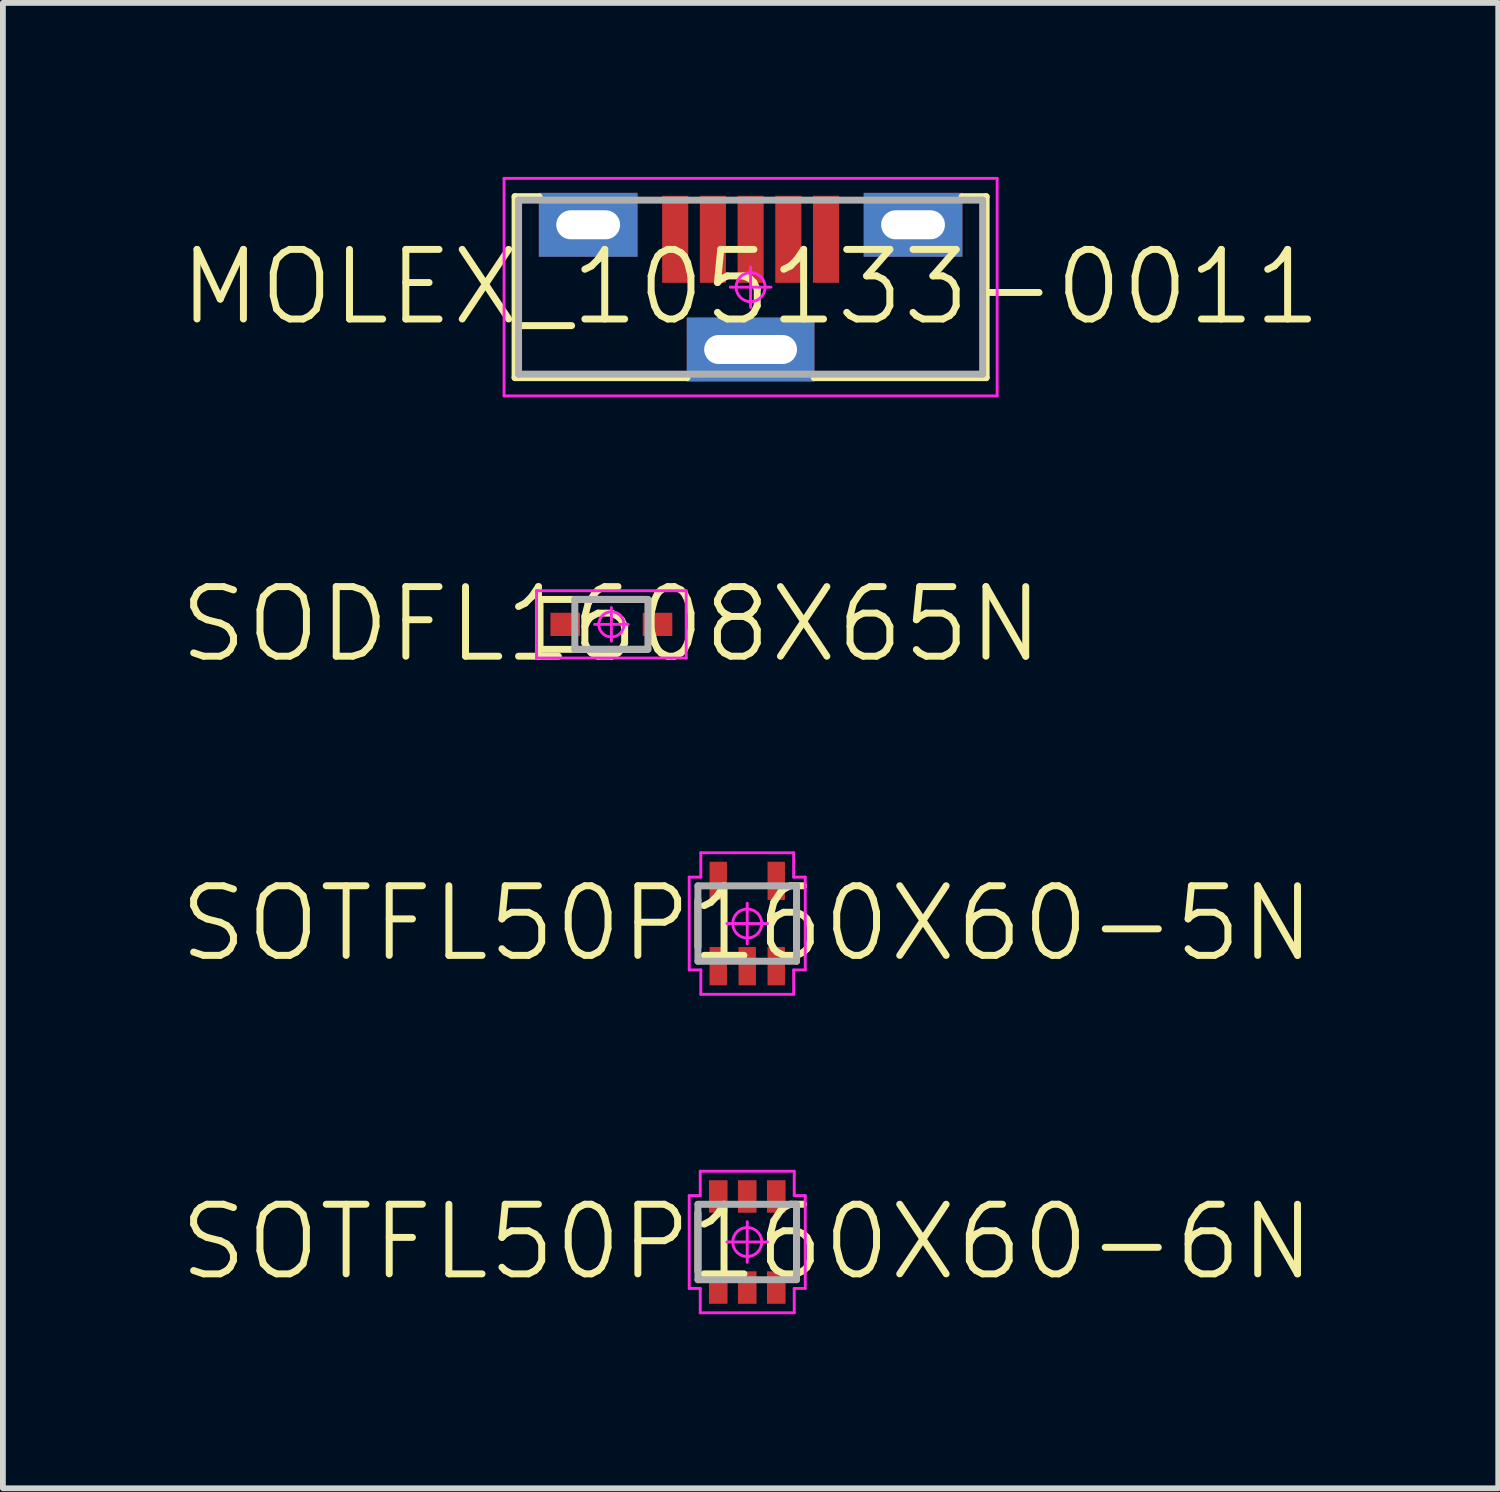
<source format=kicad_pcb>
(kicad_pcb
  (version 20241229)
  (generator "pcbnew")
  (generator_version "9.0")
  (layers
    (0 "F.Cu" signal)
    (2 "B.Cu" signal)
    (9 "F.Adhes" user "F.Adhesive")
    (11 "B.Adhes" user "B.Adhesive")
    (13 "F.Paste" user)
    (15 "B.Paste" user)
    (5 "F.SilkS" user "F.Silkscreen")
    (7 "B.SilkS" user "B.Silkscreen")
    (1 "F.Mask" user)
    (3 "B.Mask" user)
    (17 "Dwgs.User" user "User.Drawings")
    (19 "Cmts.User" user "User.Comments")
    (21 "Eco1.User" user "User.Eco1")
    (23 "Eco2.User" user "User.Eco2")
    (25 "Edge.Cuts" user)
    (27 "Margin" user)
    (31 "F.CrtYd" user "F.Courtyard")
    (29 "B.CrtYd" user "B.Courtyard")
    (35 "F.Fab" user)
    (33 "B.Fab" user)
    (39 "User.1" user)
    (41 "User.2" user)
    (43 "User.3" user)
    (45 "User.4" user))
  (footprint "SOTFL50P160X60-5N"
    (layer "F.Cu")
    (at 9.831 12.87)
    (property "Reference" "SOTFL50P160X60-5N" (at 0 0 0) (layer "F.SilkS") (effects (font (size 1.2 1.2) (thickness 0.12))))
    (attr smd)
    (fp_line (start -0.85 0.405) (end -0.85 -0.405) (stroke (width 0.12) (type solid)) (layer "F.SilkS"))
    (fp_line (start 0.85 0.405) (end 0.85 -0.405) (stroke (width 0.12) (type solid)) (layer "F.SilkS"))
    (fp_line (start -1 -0.8) (end -1 0.8) (stroke (width 0.05) (type solid)) (layer "F.CrtYd"))
    (fp_line (start -1 0.8) (end -0.8 0.8) (stroke (width 0.05) (type solid)) (layer "F.CrtYd"))
    (fp_line (start -0.8 -1.22) (end -0.8 -0.8) (stroke (width 0.05) (type solid)) (layer "F.CrtYd"))
    (fp_line (start -0.8 -0.8) (end -1 -0.8) (stroke (width 0.05) (type solid)) (layer "F.CrtYd"))
    (fp_line (start -0.8 0.8) (end -0.8 1.22) (stroke (width 0.05) (type solid)) (layer "F.CrtYd"))
    (fp_line (start -0.8 1.22) (end 0.8 1.22) (stroke (width 0.05) (type solid)) (layer "F.CrtYd"))
    (fp_line (start -0.35 0) (end 0.35 0) (stroke (width 0.05) (type solid)) (layer "F.CrtYd"))
    (fp_line (start 0 -0.35) (end 0 0.35) (stroke (width 0.05) (type solid)) (layer "F.CrtYd"))
    (fp_line (start 0.8 -1.22) (end -0.8 -1.22) (stroke (width 0.05) (type solid)) (layer "F.CrtYd"))
    (fp_line (start 0.8 -0.8) (end 0.8 -1.22) (stroke (width 0.05) (type solid)) (layer "F.CrtYd"))
    (fp_line (start 0.8 0.8) (end 1 0.8) (stroke (width 0.05) (type solid)) (layer "F.CrtYd"))
    (fp_line (start 0.8 1.22) (end 0.8 0.8) (stroke (width 0.05) (type solid)) (layer "F.CrtYd"))
    (fp_line (start 1 -0.8) (end 0.8 -0.8) (stroke (width 0.05) (type solid)) (layer "F.CrtYd"))
    (fp_line (start 1 0.8) (end 1 -0.8) (stroke (width 0.05) (type solid)) (layer "F.CrtYd"))
    (fp_circle (center 0 0) (end 0 0.25) (stroke (width 0.05) (type solid)) (fill no) (layer "F.CrtYd"))
    (fp_line (start -0.85 -0.65) (end 0.85 -0.65) (stroke (width 0.12) (type solid)) (layer "F.Fab"))
    (fp_line (start -0.85 0.65) (end -0.85 -0.65) (stroke (width 0.12) (type solid)) (layer "F.Fab"))
    (fp_line (start 0.85 -0.65) (end 0.85 0.65) (stroke (width 0.12) (type solid)) (layer "F.Fab"))
    (fp_line (start 0.85 0.65) (end -0.85 0.65) (stroke (width 0.12) (type solid)) (layer "F.Fab"))
    (pad "1" smd rect (at -0.5 0.735 90) (size 0.66 0.3) (layers "F.Cu" "F.Mask" "F.Paste"))
    (pad "2" smd rect (at 0 0.735 90) (size 0.66 0.3) (layers "F.Cu" "F.Mask" "F.Paste"))
    (pad "3" smd rect (at 0.5 0.735 90) (size 0.66 0.3) (layers "F.Cu" "F.Mask" "F.Paste"))
    (pad "4" smd rect (at 0.5 -0.735 90) (size 0.66 0.3) (layers "F.Cu" "F.Mask" "F.Paste"))
    (pad "5" smd rect (at -0.5 -0.735 90) (size 0.66 0.3) (layers "F.Cu" "F.Mask" "F.Paste")))
  (footprint "SODFL1608X65N"
    (layer "F.Cu")
    (at 7.489 7.713)
    (property "Reference" "SODFL1608X65N" (at 0 0 0) (layer "F.SilkS") (effects (font (size 1.2 1.2) (thickness 0.12))))
    (attr smd)
    (fp_line (start -1.23 -0.43) (end -1.23 0.43) (stroke (width 0.12) (type solid)) (layer "F.SilkS"))
    (fp_line (start -1.23 0.43) (end 0.6 0.43) (stroke (width 0.12) (type solid)) (layer "F.SilkS"))
    (fp_line (start 0.6 -0.43) (end -1.23 -0.43) (stroke (width 0.12) (type solid)) (layer "F.SilkS"))
    (fp_line (start -1.29 -0.58) (end 1.29 -0.58) (stroke (width 0.05) (type solid)) (layer "F.CrtYd"))
    (fp_line (start -1.29 0.58) (end -1.29 -0.58) (stroke (width 0.05) (type solid)) (layer "F.CrtYd"))
    (fp_line (start 0 -0.29) (end 0 0.29) (stroke (width 0.05) (type solid)) (layer "F.CrtYd"))
    (fp_line (start 0.29 0) (end -0.29 0) (stroke (width 0.05) (type solid)) (layer "F.CrtYd"))
    (fp_line (start 1.29 -0.58) (end 1.29 0.58) (stroke (width 0.05) (type solid)) (layer "F.CrtYd"))
    (fp_line (start 1.29 0.58) (end -1.29 0.58) (stroke (width 0.05) (type solid)) (layer "F.CrtYd"))
    (fp_circle (center 0 0) (end 0 0.217) (stroke (width 0.05) (type solid)) (fill no) (layer "F.CrtYd"))
    (fp_line (start -0.63 -0.43) (end 0.63 -0.43) (stroke (width 0.12) (type solid)) (layer "F.Fab"))
    (fp_line (start -0.63 0.43) (end -0.63 -0.43) (stroke (width 0.12) (type solid)) (layer "F.Fab"))
    (fp_line (start 0.63 -0.43) (end 0.63 0.43) (stroke (width 0.12) (type solid)) (layer "F.Fab"))
    (fp_line (start 0.63 0.43) (end -0.63 0.43) (stroke (width 0.12) (type solid)) (layer "F.Fab"))
    (pad "A" smd rect (at 0.795 0) (size 0.51 0.4) (layers "F.Cu" "F.Mask" "F.Paste"))
    (pad "C" smd rect (at -0.795 0) (size 0.51 0.4) (layers "F.Cu" "F.Mask" "F.Paste")))
  (footprint "SOTFL50P160X60-6N"
    (layer "F.Cu")
    (at 9.831 18.36)
    (property "Reference" "SOTFL50P160X60-6N" (at 0 0 0) (layer "F.SilkS") (effects (font (size 1.2 1.2) (thickness 0.12))))
    (attr smd)
    (fp_line (start -0.85 0.505) (end -0.85 -0.505) (stroke (width 0.12) (type solid)) (layer "F.SilkS"))
    (fp_line (start 0.85 0.505) (end 0.85 -0.505) (stroke (width 0.12) (type solid)) (layer "F.SilkS"))
    (fp_line (start -1 -0.8) (end -1 0.8) (stroke (width 0.05) (type solid)) (layer "F.CrtYd"))
    (fp_line (start -1 0.8) (end -0.81 0.8) (stroke (width 0.05) (type solid)) (layer "F.CrtYd"))
    (fp_line (start -0.81 -1.22) (end -0.81 -0.8) (stroke (width 0.05) (type solid)) (layer "F.CrtYd"))
    (fp_line (start -0.81 -0.8) (end -1 -0.8) (stroke (width 0.05) (type solid)) (layer "F.CrtYd"))
    (fp_line (start -0.81 0.8) (end -0.81 1.22) (stroke (width 0.05) (type solid)) (layer "F.CrtYd"))
    (fp_line (start -0.81 1.22) (end 0.81 1.22) (stroke (width 0.05) (type solid)) (layer "F.CrtYd"))
    (fp_line (start -0.35 0) (end 0.35 0) (stroke (width 0.05) (type solid)) (layer "F.CrtYd"))
    (fp_line (start 0 -0.35) (end 0 0.35) (stroke (width 0.05) (type solid)) (layer "F.CrtYd"))
    (fp_line (start 0.81 -1.22) (end -0.81 -1.22) (stroke (width 0.05) (type solid)) (layer "F.CrtYd"))
    (fp_line (start 0.81 -0.8) (end 0.81 -1.22) (stroke (width 0.05) (type solid)) (layer "F.CrtYd"))
    (fp_line (start 0.81 0.8) (end 1 0.8) (stroke (width 0.05) (type solid)) (layer "F.CrtYd"))
    (fp_line (start 0.81 1.22) (end 0.81 0.8) (stroke (width 0.05) (type solid)) (layer "F.CrtYd"))
    (fp_line (start 1 -0.8) (end 0.81 -0.8) (stroke (width 0.05) (type solid)) (layer "F.CrtYd"))
    (fp_line (start 1 0.8) (end 1 -0.8) (stroke (width 0.05) (type solid)) (layer "F.CrtYd"))
    (fp_circle (center 0 0) (end 0 0.25) (stroke (width 0.05) (type solid)) (fill no) (layer "F.CrtYd"))
    (fp_line (start -0.85 -0.65) (end 0.85 -0.65) (stroke (width 0.12) (type solid)) (layer "F.Fab"))
    (fp_line (start -0.85 0.65) (end -0.85 -0.65) (stroke (width 0.12) (type solid)) (layer "F.Fab"))
    (fp_line (start 0.85 -0.65) (end 0.85 0.65) (stroke (width 0.12) (type solid)) (layer "F.Fab"))
    (fp_line (start 0.85 0.65) (end -0.85 0.65) (stroke (width 0.12) (type solid)) (layer "F.Fab"))
    (pad "1" smd rect (at -0.5 0.785 90) (size 0.56 0.32) (layers "F.Cu" "F.Mask" "F.Paste"))
    (pad "2" smd rect (at 0 0.785 90) (size 0.56 0.32) (layers "F.Cu" "F.Mask" "F.Paste"))
    (pad "3" smd rect (at 0.5 0.785 90) (size 0.56 0.32) (layers "F.Cu" "F.Mask" "F.Paste"))
    (pad "4" smd rect (at 0.5 -0.785 90) (size 0.56 0.32) (layers "F.Cu" "F.Mask" "F.Paste"))
    (pad "5" smd rect (at 0 -0.785 90) (size 0.56 0.32) (layers "F.Cu" "F.Mask" "F.Paste"))
    (pad "6" smd rect (at -0.5 -0.785 90) (size 0.56 0.32) (layers "F.Cu" "F.Mask" "F.Paste")))
  (footprint "MOLEX_105133-0011"
    (layer "F.Cu")
    (at 9.889 1.9)
    (property "Reference" "MOLEX_105133-0011" (at 0 0 0) (layer "F.SilkS") (effects (font (size 1.2 1.2) (thickness 0.12))))
    (attr through_hole)
    (fp_line (start -4.06 -1.56) (end -3.646 -1.56) (stroke (width 0.12) (type solid)) (layer "F.SilkS"))
    (fp_line (start -4.06 1.56) (end -4.06 -1.56) (stroke (width 0.12) (type solid)) (layer "F.SilkS"))
    (fp_line (start -1.096 1.56) (end -4.06 1.56) (stroke (width 0.12) (type solid)) (layer "F.SilkS"))
    (fp_line (start 3.646 -1.56) (end 4.06 -1.56) (stroke (width 0.12) (type solid)) (layer "F.SilkS"))
    (fp_line (start 4.06 -1.56) (end 4.06 1.56) (stroke (width 0.12) (type solid)) (layer "F.SilkS"))
    (fp_line (start 4.06 1.56) (end 1.096 1.56) (stroke (width 0.12) (type solid)) (layer "F.SilkS"))
    (fp_line (start -4.25 -1.875) (end 4.25 -1.875) (stroke (width 0.05) (type solid)) (layer "F.CrtYd"))
    (fp_line (start -4.25 1.875) (end -4.25 -1.875) (stroke (width 0.05) (type solid)) (layer "F.CrtYd"))
    (fp_line (start 0 -0.35) (end 0 0.35) (stroke (width 0.05) (type solid)) (layer "F.CrtYd"))
    (fp_line (start 0.35 0) (end -0.35 0) (stroke (width 0.05) (type solid)) (layer "F.CrtYd"))
    (fp_line (start 4.25 -1.875) (end 4.25 1.875) (stroke (width 0.05) (type solid)) (layer "F.CrtYd"))
    (fp_line (start 4.25 1.875) (end -4.25 1.875) (stroke (width 0.05) (type solid)) (layer "F.CrtYd"))
    (fp_circle (center 0 0) (end 0 0.25) (stroke (width 0.05) (type solid)) (fill no) (layer "F.CrtYd"))
    (fp_line (start -4 -1.5) (end 4 -1.5) (stroke (width 0.12) (type solid)) (layer "F.Fab"))
    (fp_line (start -4 1.5) (end -4 -1.5) (stroke (width 0.12) (type solid)) (layer "F.Fab"))
    (fp_line (start 4 -1.5) (end 4 1.5) (stroke (width 0.12) (type solid)) (layer "F.Fab"))
    (fp_line (start 4 1.5) (end -4 1.5) (stroke (width 0.12) (type solid)) (layer "F.Fab"))
    (pad "1" smd rect (at -1.3 -0.825) (size 0.45 1.5) (layers "F.Cu" "F.Mask" "F.Paste"))
    (pad "2" smd rect (at -0.65 -0.825) (size 0.45 1.5) (layers "F.Cu" "F.Mask" "F.Paste"))
    (pad "3" smd rect (at 0 -0.825) (size 0.45 1.5) (layers "F.Cu" "F.Mask" "F.Paste"))
    (pad "4" smd rect (at 0.65 -0.825) (size 0.45 1.5) (layers "F.Cu" "F.Mask" "F.Paste"))
    (pad "5" smd rect (at 1.3 -0.825) (size 0.45 1.5) (layers "F.Cu" "F.Mask" "F.Paste"))
    (pad "M1" thru_hole rect (at 0 1.075) (size 2.2 1.1) (drill oval 1.6 0.5) (layers "*.Cu" "*.Mask"))
    (pad "M2" thru_hole rect (at -2.8 -1.075) (size 1.7 1.1) (drill oval 1.1 0.5) (layers "*.Cu" "*.Mask"))
    (pad "M3" thru_hole rect (at 2.8 -1.075) (size 1.7 1.1) (drill oval 1.1 0.5) (layers "*.Cu" "*.Mask")))
  (gr_rect
    (start -3 -3)
    (end 22.777 22.605)
    (stroke (width 0.1) (type default))
    (fill no)
    (layer "Edge.Cuts")))
</source>
